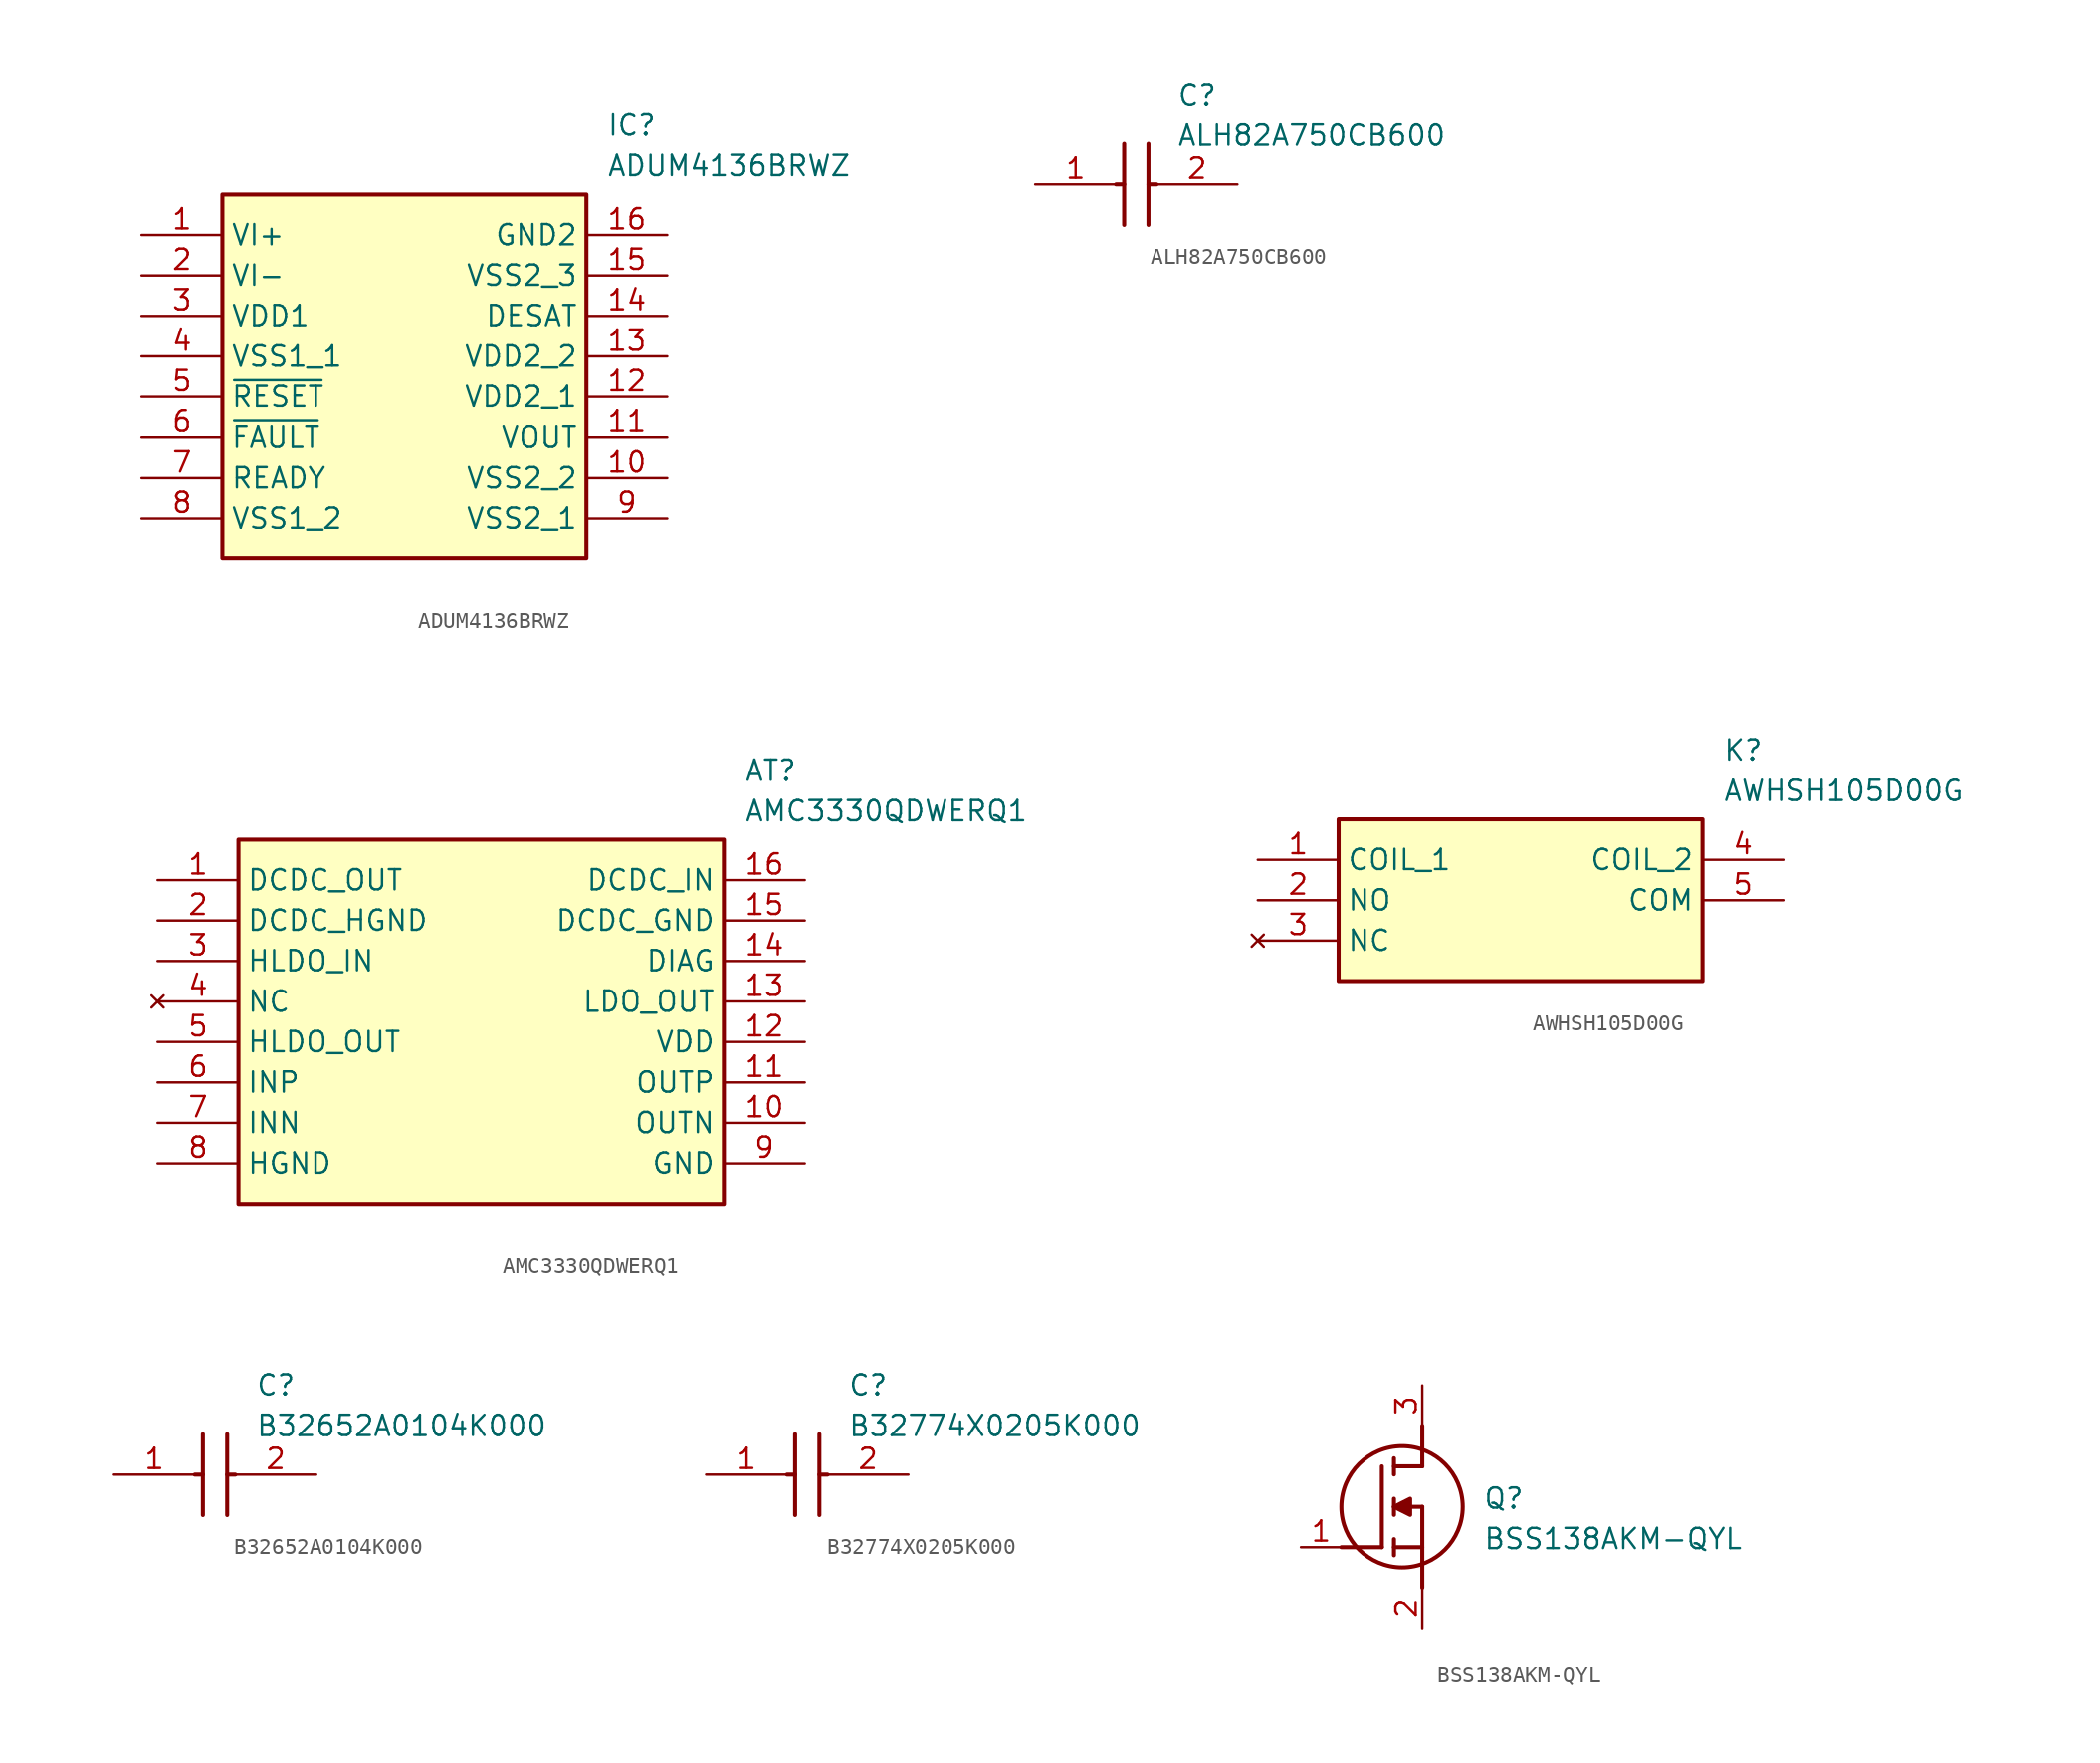
<source format=kicad_sym>
(kicad_symbol_lib
  (version 20241209)
  (generator "kicad_symbol_editor")
  (generator_version "9.0")
  (symbol "ADUM4136BRWZ"
    (property "Reference" "IC"
      (at 29.21 7.62 0)
      (effects (font (size 1.27 1.27)) (justify left top)))
    (property "Value" "ADUM4136BRWZ"
      (at 29.21 5.08 0)
      (effects (font (size 1.27 1.27)) (justify left top)))
    (symbol "ADUM4136BRWZ_1_1"
      (rectangle (start 5.08 2.54) (end 27.94 -20.32) (stroke (width 0.254) (type default)) (fill (type background)))
      (pin input line (at 0 0 0) (length 5.08) (name "VI+" (effects (font (size 1.27 1.27)))) (number "1" (effects (font (size 1.27 1.27)))))
      (pin input line (at 0 -2.54 0) (length 5.08) (name "VI-" (effects (font (size 1.27 1.27)))) (number "2" (effects (font (size 1.27 1.27)))))
      (pin power_in line (at 0 -5.08 0) (length 5.08) (name "VDD1" (effects (font (size 1.27 1.27)))) (number "3" (effects (font (size 1.27 1.27)))))
      (pin power_in line (at 0 -7.62 0) (length 5.08) (name "VSS1_1" (effects (font (size 1.27 1.27)))) (number "4" (effects (font (size 1.27 1.27)))))
      (pin input line (at 0 -10.16 0) (length 5.08) (name "~{RESET}" (effects (font (size 1.27 1.27)))) (number "5" (effects (font (size 1.27 1.27)))))
      (pin open_collector line (at 0 -12.7 0) (length 5.08) (name "~{FAULT}" (effects (font (size 1.27 1.27)))) (number "6" (effects (font (size 1.27 1.27)))))
      (pin open_collector line (at 0 -15.24 0) (length 5.08) (name "READY" (effects (font (size 1.27 1.27)))) (number "7" (effects (font (size 1.27 1.27)))))
      (pin power_in line (at 0 -17.78 0) (length 5.08) (name "VSS1_2" (effects (font (size 1.27 1.27)))) (number "8" (effects (font (size 1.27 1.27)))))
      (pin power_in line (at 33.02 0 180) (length 5.08) (name "GND2" (effects (font (size 1.27 1.27)))) (number "16" (effects (font (size 1.27 1.27)))))
      (pin power_in line (at 33.02 -2.54 180) (length 5.08) (name "VSS2_3" (effects (font (size 1.27 1.27)))) (number "15" (effects (font (size 1.27 1.27)))))
      (pin input line (at 33.02 -5.08 180) (length 5.08) (name "DESAT" (effects (font (size 1.27 1.27)))) (number "14" (effects (font (size 1.27 1.27)))))
      (pin power_in line (at 33.02 -7.62 180) (length 5.08) (name "VDD2_2" (effects (font (size 1.27 1.27)))) (number "13" (effects (font (size 1.27 1.27)))))
      (pin power_in line (at 33.02 -10.16 180) (length 5.08) (name "VDD2_1" (effects (font (size 1.27 1.27)))) (number "12" (effects (font (size 1.27 1.27)))))
      (pin output line (at 33.02 -12.7 180) (length 5.08) (name "VOUT" (effects (font (size 1.27 1.27)))) (number "11" (effects (font (size 1.27 1.27)))))
      (pin power_in line (at 33.02 -15.24 180) (length 5.08) (name "VSS2_2" (effects (font (size 1.27 1.27)))) (number "10" (effects (font (size 1.27 1.27)))))
      (pin power_in line (at 33.02 -17.78 180) (length 5.08) (name "VSS2_1" (effects (font (size 1.27 1.27)))) (number "9" (effects (font (size 1.27 1.27)))))))
  (symbol "ALH82A750CB600"
    (pin_names
      (hide yes))
    (property "Reference" "C"
      (at 8.89 6.35 0)
      (effects (font (size 1.27 1.27)) (justify left top)))
    (property "Value" "ALH82A750CB600"
      (at 8.89 3.81 0)
      (effects (font (size 1.27 1.27)) (justify left top)))
    (symbol "ALH82A750CB600_1_1"
      (polyline (pts (xy 5.08 0) (xy 5.588 0)) (stroke (width 0.254) (type default)) (fill (type none)))
      (polyline (pts (xy 5.588 2.54) (xy 5.588 -2.54)) (stroke (width 0.254) (type default)) (fill (type none)))
      (polyline (pts (xy 7.112 2.54) (xy 7.112 -2.54)) (stroke (width 0.254) (type default)) (fill (type none)))
      (polyline (pts (xy 7.112 0) (xy 7.62 0)) (stroke (width 0.254) (type default)) (fill (type none)))
      (pin passive line (at 0 0 0) (length 5.08) (name "1" (effects (font (size 1.27 1.27)))) (number "1" (effects (font (size 1.27 1.27)))))
      (pin passive line (at 12.7 0 180) (length 5.08) (name "2" (effects (font (size 1.27 1.27)))) (number "2" (effects (font (size 1.27 1.27)))))))
  (symbol "AMC3330QDWERQ1"
    (property "Reference" "AT"
      (at 36.83 7.62 0)
      (effects (font (size 1.27 1.27)) (justify left top)))
    (property "Value" "AMC3330QDWERQ1"
      (at 36.83 5.08 0)
      (effects (font (size 1.27 1.27)) (justify left top)))
    (symbol "AMC3330QDWERQ1_1_1"
      (rectangle (start 5.08 2.54) (end 35.56 -20.32) (stroke (width 0.254) (type default)) (fill (type background)))
      (pin power_in line (at 0 0 0) (length 5.08) (name "DCDC_OUT" (effects (font (size 1.27 1.27)))) (number "1" (effects (font (size 1.27 1.27)))))
      (pin power_in line (at 0 -2.54 0) (length 5.08) (name "DCDC_HGND" (effects (font (size 1.27 1.27)))) (number "2" (effects (font (size 1.27 1.27)))))
      (pin power_in line (at 0 -5.08 0) (length 5.08) (name "HLDO_IN" (effects (font (size 1.27 1.27)))) (number "3" (effects (font (size 1.27 1.27)))))
      (pin no_connect line (at 0 -7.62 0) (length 5.08) (name "NC" (effects (font (size 1.27 1.27)))) (number "4" (effects (font (size 1.27 1.27)))))
      (pin power_in line (at 0 -10.16 0) (length 5.08) (name "HLDO_OUT" (effects (font (size 1.27 1.27)))) (number "5" (effects (font (size 1.27 1.27)))))
      (pin input line (at 0 -12.7 0) (length 5.08) (name "INP" (effects (font (size 1.27 1.27)))) (number "6" (effects (font (size 1.27 1.27)))))
      (pin input line (at 0 -15.24 0) (length 5.08) (name "INN" (effects (font (size 1.27 1.27)))) (number "7" (effects (font (size 1.27 1.27)))))
      (pin power_in line (at 0 -17.78 0) (length 5.08) (name "HGND" (effects (font (size 1.27 1.27)))) (number "8" (effects (font (size 1.27 1.27)))))
      (pin power_in line (at 40.64 0 180) (length 5.08) (name "DCDC_IN" (effects (font (size 1.27 1.27)))) (number "16" (effects (font (size 1.27 1.27)))))
      (pin power_in line (at 40.64 -2.54 180) (length 5.08) (name "DCDC_GND" (effects (font (size 1.27 1.27)))) (number "15" (effects (font (size 1.27 1.27)))))
      (pin output line (at 40.64 -5.08 180) (length 5.08) (name "DIAG" (effects (font (size 1.27 1.27)))) (number "14" (effects (font (size 1.27 1.27)))))
      (pin power_in line (at 40.64 -7.62 180) (length 5.08) (name "LDO_OUT" (effects (font (size 1.27 1.27)))) (number "13" (effects (font (size 1.27 1.27)))))
      (pin power_in line (at 40.64 -10.16 180) (length 5.08) (name "VDD" (effects (font (size 1.27 1.27)))) (number "12" (effects (font (size 1.27 1.27)))))
      (pin output line (at 40.64 -12.7 180) (length 5.08) (name "OUTP" (effects (font (size 1.27 1.27)))) (number "11" (effects (font (size 1.27 1.27)))))
      (pin output line (at 40.64 -15.24 180) (length 5.08) (name "OUTN" (effects (font (size 1.27 1.27)))) (number "10" (effects (font (size 1.27 1.27)))))
      (pin power_in line (at 40.64 -17.78 180) (length 5.08) (name "GND" (effects (font (size 1.27 1.27)))) (number "9" (effects (font (size 1.27 1.27)))))))
  (symbol "AWHSH105D00G"
    (property "Reference" "K"
      (at 29.21 7.62 0)
      (effects (font (size 1.27 1.27)) (justify left top)))
    (property "Value" "AWHSH105D00G"
      (at 29.21 5.08 0)
      (effects (font (size 1.27 1.27)) (justify left top)))
    (symbol "AWHSH105D00G_1_1"
      (rectangle (start 5.08 2.54) (end 27.94 -7.62) (stroke (width 0.254) (type default)) (fill (type background)))
      (pin passive line (at 0 0 0) (length 5.08) (name "COIL_1" (effects (font (size 1.27 1.27)))) (number "1" (effects (font (size 1.27 1.27)))))
      (pin passive line (at 0 -2.54 0) (length 5.08) (name "NO" (effects (font (size 1.27 1.27)))) (number "2" (effects (font (size 1.27 1.27)))))
      (pin no_connect line (at 0 -5.08 0) (length 5.08) (name "NC" (effects (font (size 1.27 1.27)))) (number "3" (effects (font (size 1.27 1.27)))))
      (pin passive line (at 33.02 0 180) (length 5.08) (name "COIL_2" (effects (font (size 1.27 1.27)))) (number "4" (effects (font (size 1.27 1.27)))))
      (pin passive line (at 33.02 -2.54 180) (length 5.08) (name "COM" (effects (font (size 1.27 1.27)))) (number "5" (effects (font (size 1.27 1.27)))))))
  (symbol "B32652A0104K000"
    (pin_names
      (hide yes))
    (property "Reference" "C"
      (at 8.89 6.35 0)
      (effects (font (size 1.27 1.27)) (justify left top)))
    (property "Value" "B32652A0104K000"
      (at 8.89 3.81 0)
      (effects (font (size 1.27 1.27)) (justify left top)))
    (symbol "B32652A0104K000_1_1"
      (polyline (pts (xy 5.08 0) (xy 5.588 0)) (stroke (width 0.254) (type default)) (fill (type none)))
      (polyline (pts (xy 5.588 2.54) (xy 5.588 -2.54)) (stroke (width 0.254) (type default)) (fill (type none)))
      (polyline (pts (xy 7.112 2.54) (xy 7.112 -2.54)) (stroke (width 0.254) (type default)) (fill (type none)))
      (polyline (pts (xy 7.112 0) (xy 7.62 0)) (stroke (width 0.254) (type default)) (fill (type none)))
      (pin passive line (at 0 0 0) (length 5.08) (name "1" (effects (font (size 1.27 1.27)))) (number "1" (effects (font (size 1.27 1.27)))))
      (pin passive line (at 12.7 0 180) (length 5.08) (name "2" (effects (font (size 1.27 1.27)))) (number "2" (effects (font (size 1.27 1.27)))))))
  (symbol "B32774X0205K000"
    (pin_names
      (hide yes))
    (property "Reference" "C"
      (at 8.89 6.35 0)
      (effects (font (size 1.27 1.27)) (justify left top)))
    (property "Value" "B32774X0205K000"
      (at 8.89 3.81 0)
      (effects (font (size 1.27 1.27)) (justify left top)))
    (symbol "B32774X0205K000_1_1"
      (polyline (pts (xy 5.08 0) (xy 5.588 0)) (stroke (width 0.254) (type default)) (fill (type none)))
      (polyline (pts (xy 5.588 2.54) (xy 5.588 -2.54)) (stroke (width 0.254) (type default)) (fill (type none)))
      (polyline (pts (xy 7.112 2.54) (xy 7.112 -2.54)) (stroke (width 0.254) (type default)) (fill (type none)))
      (polyline (pts (xy 7.112 0) (xy 7.62 0)) (stroke (width 0.254) (type default)) (fill (type none)))
      (pin passive line (at 0 0 0) (length 5.08) (name "1" (effects (font (size 1.27 1.27)))) (number "1" (effects (font (size 1.27 1.27)))))
      (pin passive line (at 12.7 0 180) (length 5.08) (name "2" (effects (font (size 1.27 1.27)))) (number "2" (effects (font (size 1.27 1.27)))))))
  (symbol "BSS138AKM-QYL"
    (pin_names
      (hide yes))
    (property "Reference" "Q"
      (at 11.43 3.81 0)
      (effects (font (size 1.27 1.27)) (justify left top)))
    (property "Value" "BSS138AKM-QYL"
      (at 11.43 1.27 0)
      (effects (font (size 1.27 1.27)) (justify left top)))
    (symbol "BSS138AKM-QYL_1_1"
      (polyline (pts (xy 2.54 0) (xy 5.08 0)) (stroke (width 0.254) (type default)) (fill (type none)))
      (polyline (pts (xy 5.08 5.08) (xy 5.08 0)) (stroke (width 0.254) (type default)) (fill (type none)))
      (polyline (pts (xy 5.842 5.588) (xy 5.842 4.572)) (stroke (width 0.254) (type default)) (fill (type none)))
      (polyline (pts (xy 5.842 2.54) (xy 6.858 3.048) (xy 6.858 2.032) (xy 5.842 2.54)) (stroke (width 0.254) (type default)) (fill (type outline)))
      (polyline (pts (xy 5.842 2.032) (xy 5.842 3.048)) (stroke (width 0.254) (type default)) (fill (type none)))
      (polyline (pts (xy 5.842 0) (xy 7.62 0)) (stroke (width 0.254) (type default)) (fill (type none)))
      (polyline (pts (xy 5.842 -0.508) (xy 5.842 0.508)) (stroke (width 0.254) (type default)) (fill (type none)))
      (circle (center 6.35 2.54) (radius 3.81) (stroke (width 0.254) (type default)) (fill (type none)))
      (polyline (pts (xy 7.62 5.08) (xy 5.842 5.08)) (stroke (width 0.254) (type default)) (fill (type none)))
      (polyline (pts (xy 7.62 5.08) (xy 7.62 7.62)) (stroke (width 0.254) (type default)) (fill (type none)))
      (polyline (pts (xy 7.62 2.54) (xy 5.842 2.54)) (stroke (width 0.254) (type default)) (fill (type none)))
      (polyline (pts (xy 7.62 2.54) (xy 7.62 -2.54)) (stroke (width 0.254) (type default)) (fill (type none)))
      (pin passive line (at 0 0 0) (length 2.54) (name "G" (effects (font (size 1.27 1.27)))) (number "1" (effects (font (size 1.27 1.27)))))
      (pin passive line (at 7.62 10.16 270) (length 2.54) (name "D" (effects (font (size 1.27 1.27)))) (number "3" (effects (font (size 1.27 1.27)))))
      (pin passive line (at 7.62 -5.08 90) (length 2.54) (name "S" (effects (font (size 1.27 1.27)))) (number "2" (effects (font (size 1.27 1.27))))))))
</source>
